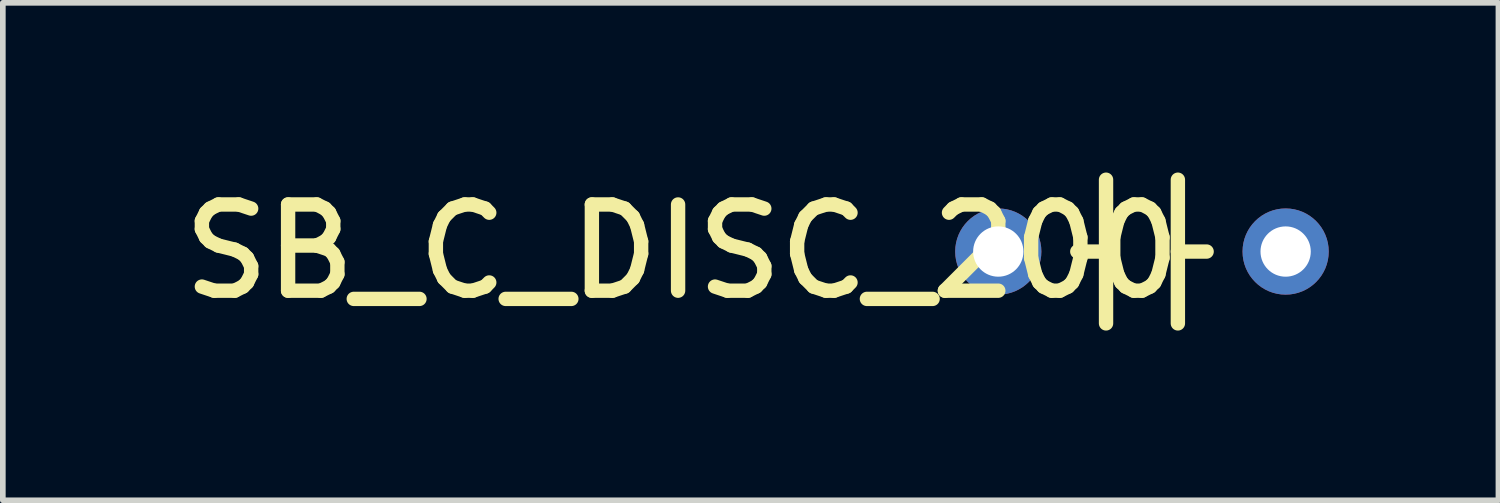
<source format=kicad_pcb>
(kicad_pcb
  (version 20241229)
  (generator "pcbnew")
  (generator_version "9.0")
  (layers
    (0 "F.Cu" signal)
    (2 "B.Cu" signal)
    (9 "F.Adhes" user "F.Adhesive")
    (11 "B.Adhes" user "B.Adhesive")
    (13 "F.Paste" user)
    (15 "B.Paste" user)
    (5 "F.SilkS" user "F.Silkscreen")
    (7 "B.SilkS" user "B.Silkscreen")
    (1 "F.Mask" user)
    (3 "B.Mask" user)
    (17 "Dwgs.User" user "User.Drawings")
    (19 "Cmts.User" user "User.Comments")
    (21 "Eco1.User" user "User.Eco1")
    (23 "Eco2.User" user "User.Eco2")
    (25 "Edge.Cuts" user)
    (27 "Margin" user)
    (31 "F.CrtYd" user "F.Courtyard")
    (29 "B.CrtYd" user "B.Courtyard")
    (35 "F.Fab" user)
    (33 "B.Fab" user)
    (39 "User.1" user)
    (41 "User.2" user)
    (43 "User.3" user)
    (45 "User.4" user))
  (footprint "SB_C_DISC_200"
    (layer "F.Cu")
    (at 14.598 1.397)
    (property "Reference" "SB_C_DISC_200" (at -5.588 0 0) (layer "F.SilkS") (effects (font (size 1.524 1.524) (thickness 0.254))))
    (attr through_hole)
    (fp_line (start 1.905 -1.27) (end 1.905 1.27) (stroke (width 0.254) (type solid)) (layer "F.SilkS"))
    (fp_line (start 1.905 0) (end 1.397 0) (stroke (width 0.254) (type solid)) (layer "F.SilkS"))
    (fp_line (start 3.175 0) (end 3.683 0) (stroke (width 0.254) (type solid)) (layer "F.SilkS"))
    (fp_line (start 3.175 1.27) (end 3.175 -1.27) (stroke (width 0.254) (type solid)) (layer "F.SilkS"))
    (pad "1" thru_hole circle (at 0 0 270) (size 1.524 1.524) (drill 0.889) (layers "*.Cu" "*.Mask"))
    (pad "2" thru_hole circle (at 5.08 0 270) (size 1.524 1.524) (drill 0.889) (layers "*.Cu" "*.Mask")))
  (gr_rect
    (start -3 -3)
    (end 23.44 5.794)
    (stroke (width 0.1) (type default))
    (fill no)
    (layer "Edge.Cuts")))
</source>
